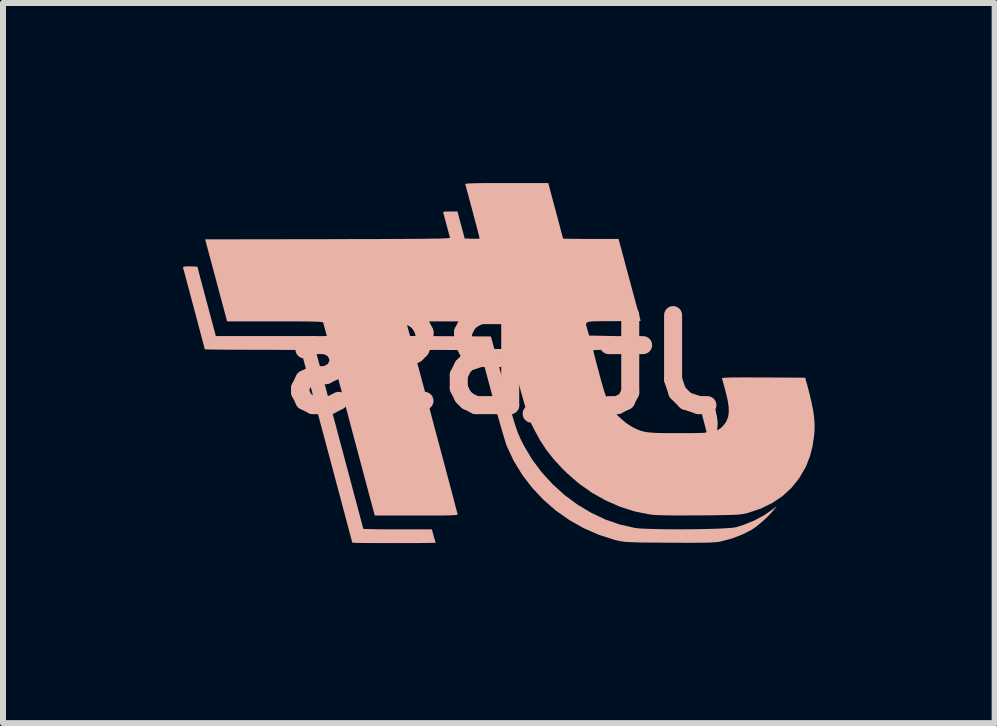
<source format=kicad_pcb>
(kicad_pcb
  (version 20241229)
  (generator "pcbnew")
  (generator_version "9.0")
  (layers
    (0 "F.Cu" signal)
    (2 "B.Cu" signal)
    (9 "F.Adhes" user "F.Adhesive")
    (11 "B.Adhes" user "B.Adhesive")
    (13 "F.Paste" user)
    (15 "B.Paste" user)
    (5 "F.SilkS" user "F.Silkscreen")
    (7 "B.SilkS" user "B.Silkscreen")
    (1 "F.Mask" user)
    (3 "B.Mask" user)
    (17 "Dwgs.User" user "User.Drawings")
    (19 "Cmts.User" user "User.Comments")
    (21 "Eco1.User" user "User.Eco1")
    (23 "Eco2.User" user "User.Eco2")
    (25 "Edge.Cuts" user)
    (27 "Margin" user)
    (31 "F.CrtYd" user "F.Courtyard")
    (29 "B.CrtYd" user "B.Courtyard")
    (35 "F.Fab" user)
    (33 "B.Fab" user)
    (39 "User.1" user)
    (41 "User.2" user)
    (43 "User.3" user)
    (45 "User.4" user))
  (footprint "Jt_BSs"
    (layer "F.Cu")
    (at 5.638 3.022)
    (property "Reference" "Jt_BSs" (at -0.33 0 0) (layer "B.SilkS") (effects (font (size 1.5 1.5) (thickness 0.3)) (justify mirror)))
    (attr board_only exclude_from_pos_files exclude_from_bom)
    (fp_poly (pts (xy -5.582 -1.633) (xy -5.618 -1.63) (xy -5.635 -1.623) (xy -5.638 -1.612) (xy -5.637 -1.607) (xy -5.629 -1.577) (xy -5.614 -1.524) (xy -5.594 -1.451) (xy -5.57 -1.36) (xy -5.542 -1.256) (xy -5.512 -1.142) (xy -5.48 -1.022) (xy -5.447 -0.9) (xy -5.415 -0.778) (xy -5.384 -0.661) (xy -5.355 -0.551) (xy -5.329 -0.454) (xy -5.307 -0.372) (xy -5.29 -0.308) (xy -5.28 -0.267) (xy -5.276 -0.252) (xy -5.261 -0.251) (xy -5.219 -0.249) (xy -5.151 -0.248) (xy -5.062 -0.247) (xy -4.953 -0.246) (xy -4.828 -0.245) (xy -4.689 -0.245) (xy -4.54 -0.244) (xy -4.475 -0.244) (xy -4.321 -0.244) (xy -4.178 -0.244) (xy -4.047 -0.243) (xy -3.931 -0.242) (xy -3.833 -0.242) (xy -3.756 -0.241) (xy -3.703 -0.239) (xy -3.676 -0.238) (xy -3.673 -0.238) (xy -3.669 -0.222) (xy -3.658 -0.18) (xy -3.64 -0.111) (xy -3.615 -0.019) (xy -3.585 0.096) (xy -3.549 0.23) (xy -3.509 0.382) (xy -3.464 0.55) (xy -3.415 0.733) (xy -3.363 0.928) (xy -3.308 1.133) (xy -3.251 1.347) (xy -3.246 1.366) (xy -3.188 1.581) (xy -3.133 1.787) (xy -3.081 1.983) (xy -3.032 2.166) (xy -2.987 2.336) (xy -2.946 2.49) (xy -2.91 2.626) (xy -2.879 2.742) (xy -2.854 2.836) (xy -2.835 2.907) (xy -2.823 2.952) (xy -2.818 2.97) (xy -2.818 2.97) (xy -2.804 2.971) (xy -2.761 2.973) (xy -2.695 2.974) (xy -2.607 2.975) (xy -2.5 2.976) (xy -2.378 2.976) (xy -2.244 2.976) (xy -2.124 2.977) (xy -1.982 2.976) (xy -1.849 2.976) (xy -1.729 2.976) (xy -1.626 2.975) (xy -1.541 2.974) (xy -1.478 2.973) (xy -1.44 2.972) (xy -1.429 2.971) (xy -1.434 2.954) (xy -1.444 2.922) (xy -1.444 2.922) (xy -1.457 2.878) (xy -1.472 2.824) (xy -1.475 2.812) (xy -1.492 2.748) (xy -2.063 2.748) (xy -2.192 2.747) (xy -2.311 2.747) (xy -2.416 2.746) (xy -2.504 2.744) (xy -2.572 2.743) (xy -2.617 2.741) (xy -2.635 2.739) (xy -2.635 2.739) (xy -2.639 2.724) (xy -2.65 2.681) (xy -2.668 2.614) (xy -2.692 2.524) (xy -2.721 2.415) (xy -2.755 2.287) (xy -2.793 2.144) (xy -2.835 1.988) (xy -2.879 1.821) (xy -2.926 1.646) (xy -2.974 1.464) (xy -3.024 1.279) (xy -3.073 1.093) (xy -3.123 0.908) (xy -3.172 0.726) (xy -3.219 0.549) (xy -3.264 0.381) (xy -3.306 0.223) (xy -3.345 0.077) (xy -3.38 -0.053) (xy -3.411 -0.166) (xy -3.436 -0.259) (xy -3.455 -0.33) (xy -3.468 -0.377) (xy -3.47 -0.385) (xy -3.494 -0.473) (xy -4.293 -0.473) (xy -5.092 -0.473) (xy -5.107 -0.53) (xy -5.114 -0.558) (xy -5.129 -0.612) (xy -5.149 -0.688) (xy -5.174 -0.781) (xy -5.203 -0.888) (xy -5.234 -1.006) (xy -5.26 -1.103) (xy -5.292 -1.223) (xy -5.322 -1.334) (xy -5.348 -1.432) (xy -5.369 -1.513) (xy -5.385 -1.575) (xy -5.395 -1.614) (xy -5.398 -1.626) (xy -5.412 -1.629) (xy -5.45 -1.632) (xy -5.503 -1.633) (xy -5.521 -1.633)) (stroke (width 0) (type solid)) (fill yes) (layer "B.SilkS"))
    (fp_poly (pts (xy -0.418 -3.022) (xy -0.559 -3.022) (xy -0.674 -3.021) (xy -0.765 -3.019) (xy -0.834 -3.017) (xy -0.883 -3.015) (xy -0.916 -3.012) (xy -0.933 -3.008) (xy -0.937 -3.003) (xy -0.937 -3.003) (xy -0.931 -2.983) (xy -0.918 -2.939) (xy -0.901 -2.874) (xy -0.879 -2.794) (xy -0.855 -2.702) (xy -0.828 -2.604) (xy -0.802 -2.504) (xy -0.776 -2.405) (xy -0.751 -2.314) (xy -0.73 -2.233) (xy -0.713 -2.168) (xy -0.702 -2.122) (xy -0.697 -2.101) (xy -0.697 -2.1) (xy -0.711 -2.096) (xy -0.748 -2.094) (xy -0.802 -2.094) (xy -0.821 -2.094) (xy -0.946 -2.099) (xy -0.972 -2.198) (xy -0.99 -2.263) (xy -1.011 -2.342) (xy -1.031 -2.418) (xy -1.033 -2.423) (xy -1.066 -2.549) (xy -1.188 -2.549) (xy -1.248 -2.548) (xy -1.284 -2.546) (xy -1.3 -2.539) (xy -1.303 -2.528) (xy -1.301 -2.522) (xy -1.295 -2.498) (xy -1.282 -2.45) (xy -1.265 -2.387) (xy -1.246 -2.315) (xy -1.245 -2.313) (xy -1.226 -2.241) (xy -1.209 -2.179) (xy -1.196 -2.134) (xy -1.19 -2.111) (xy -1.189 -2.111) (xy -1.193 -2.108) (xy -1.207 -2.105) (xy -1.234 -2.103) (xy -1.273 -2.101) (xy -1.327 -2.099) (xy -1.398 -2.097) (xy -1.485 -2.096) (xy -1.591 -2.094) (xy -1.717 -2.093) (xy -1.865 -2.092) (xy -2.035 -2.091) (xy -2.229 -2.09) (xy -2.449 -2.089) (xy -2.695 -2.089) (xy -2.969 -2.088) (xy -3.226 -2.087) (xy -5.27 -2.084) (xy -5.087 -1.401) (xy -4.904 -0.717) (xy -4.107 -0.717) (xy -3.923 -0.717) (xy -3.767 -0.717) (xy -3.638 -0.716) (xy -3.533 -0.715) (xy -3.451 -0.713) (xy -3.389 -0.711) (xy -3.345 -0.708) (xy -3.318 -0.704) (xy -3.305 -0.7) (xy -3.303 -0.698) (xy -3.299 -0.681) (xy -3.287 -0.637) (xy -3.268 -0.566) (xy -3.242 -0.472) (xy -3.211 -0.357) (xy -3.175 -0.221) (xy -3.134 -0.068) (xy -3.089 0.102) (xy -3.04 0.286) (xy -2.987 0.482) (xy -2.932 0.688) (xy -2.875 0.902) (xy -2.871 0.919) (xy -2.444 2.518) (xy -1.754 2.518) (xy -1.579 2.518) (xy -1.434 2.518) (xy -1.315 2.517) (xy -1.222 2.515) (xy -1.152 2.513) (xy -1.103 2.51) (xy -1.074 2.506) (xy -1.063 2.502) (xy -1.063 2.501) (xy -1.067 2.484) (xy -1.078 2.441) (xy -1.096 2.373) (xy -1.119 2.283) (xy -1.148 2.174) (xy -1.181 2.048) (xy -1.219 1.908) (xy -1.259 1.756) (xy -1.302 1.594) (xy -1.347 1.426) (xy -1.393 1.254) (xy -1.44 1.08) (xy -1.486 0.906) (xy -1.531 0.737) (xy -1.575 0.573) (xy -1.617 0.417) (xy -1.656 0.273) (xy -1.691 0.142) (xy -1.722 0.026) (xy -1.749 -0.07) (xy -1.769 -0.146) (xy -1.784 -0.198) (xy -1.791 -0.223) (xy -1.792 -0.225) (xy -1.788 -0.231) (xy -1.771 -0.235) (xy -1.739 -0.238) (xy -1.688 -0.24) (xy -1.616 -0.241) (xy -1.522 -0.242) (xy -1.402 -0.242) (xy -1.254 -0.241) (xy -1.244 -0.241) (xy -0.689 -0.237) (xy -0.49 0.504) (xy -0.45 0.654) (xy -0.41 0.798) (xy -0.372 0.934) (xy -0.337 1.058) (xy -0.305 1.166) (xy -0.278 1.256) (xy -0.257 1.323) (xy -0.243 1.364) (xy -0.242 1.366) (xy -0.126 1.611) (xy 0.015 1.842) (xy 0.181 2.058) (xy 0.368 2.256) (xy 0.574 2.435) (xy 0.798 2.593) (xy 1.037 2.728) (xy 1.288 2.838) (xy 1.55 2.922) (xy 1.623 2.94) (xy 1.654 2.946) (xy 1.689 2.951) (xy 1.731 2.956) (xy 1.784 2.959) (xy 1.849 2.962) (xy 1.93 2.965) (xy 2.03 2.967) (xy 2.152 2.968) (xy 2.299 2.969) (xy 2.463 2.971) (xy 2.646 2.971) (xy 2.802 2.972) (xy 2.931 2.971) (xy 3.038 2.97) (xy 3.124 2.968) (xy 3.192 2.965) (xy 3.245 2.961) (xy 3.285 2.957) (xy 3.297 2.955) (xy 3.497 2.904) (xy 3.69 2.83) (xy 3.833 2.756) (xy 3.896 2.714) (xy 3.971 2.654) (xy 4.049 2.586) (xy 4.123 2.515) (xy 4.185 2.448) (xy 4.206 2.422) (xy 4.256 2.358) (xy 4.188 2.413) (xy 4.045 2.512) (xy 3.881 2.6) (xy 3.703 2.672) (xy 3.574 2.712) (xy 3.53 2.72) (xy 3.46 2.726) (xy 3.366 2.732) (xy 3.255 2.737) (xy 3.128 2.741) (xy 2.99 2.744) (xy 2.845 2.746) (xy 2.697 2.747) (xy 2.55 2.747) (xy 2.407 2.746) (xy 2.272 2.744) (xy 2.15 2.741) (xy 2.045 2.737) (xy 1.959 2.732) (xy 1.898 2.725) (xy 1.891 2.724) (xy 1.642 2.668) (xy 1.397 2.583) (xy 1.161 2.471) (xy 0.934 2.335) (xy 0.72 2.177) (xy 0.522 1.998) (xy 0.341 1.801) (xy 0.181 1.588) (xy 0.045 1.36) (xy 0.021 1.313) (xy -0.003 1.264) (xy -0.025 1.219) (xy -0.045 1.173) (xy -0.064 1.126) (xy -0.083 1.073) (xy -0.104 1.011) (xy -0.126 0.939) (xy -0.151 0.852) (xy -0.181 0.749) (xy -0.215 0.625) (xy -0.254 0.479) (xy -0.301 0.306) (xy -0.314 0.256) (xy -0.508 -0.466) (xy -1.181 -0.47) (xy -1.855 -0.474) (xy -1.878 -0.553) (xy -1.893 -0.608) (xy -1.906 -0.656) (xy -1.911 -0.675) (xy -1.921 -0.717) (xy -1.127 -0.717) (xy -0.972 -0.717) (xy -0.828 -0.716) (xy -0.696 -0.715) (xy -0.58 -0.714) (xy -0.482 -0.712) (xy -0.405 -0.71) (xy -0.352 -0.707) (xy -0.326 -0.705) (xy -0.324 -0.704) (xy -0.318 -0.687) (xy -0.306 -0.643) (xy -0.287 -0.576) (xy -0.263 -0.488) (xy -0.234 -0.382) (xy -0.201 -0.261) (xy -0.165 -0.128) (xy -0.127 0.014) (xy -0.124 0.025) (xy -0.075 0.207) (xy -0.033 0.362) (xy 0.003 0.493) (xy 0.034 0.604) (xy 0.061 0.697) (xy 0.086 0.776) (xy 0.108 0.843) (xy 0.129 0.901) (xy 0.151 0.953) (xy 0.172 1.003) (xy 0.196 1.052) (xy 0.214 1.088) (xy 0.31 1.264) (xy 0.416 1.425) (xy 0.537 1.579) (xy 0.68 1.734) (xy 0.756 1.809) (xy 0.957 1.984) (xy 1.174 2.137) (xy 1.403 2.266) (xy 1.642 2.371) (xy 1.885 2.449) (xy 2.131 2.498) (xy 2.173 2.504) (xy 2.238 2.509) (xy 2.332 2.513) (xy 2.458 2.515) (xy 2.613 2.517) (xy 2.798 2.516) (xy 2.982 2.515) (xy 3.143 2.514) (xy 3.276 2.512) (xy 3.385 2.51) (xy 3.474 2.508) (xy 3.544 2.506) (xy 3.601 2.503) (xy 3.646 2.499) (xy 3.683 2.494) (xy 3.716 2.488) (xy 3.747 2.481) (xy 3.775 2.474) (xy 3.988 2.402) (xy 4.18 2.308) (xy 4.35 2.194) (xy 4.499 2.057) (xy 4.625 1.9) (xy 4.729 1.723) (xy 4.746 1.688) (xy 4.807 1.532) (xy 4.85 1.366) (xy 4.876 1.189) (xy 4.884 1.09) (xy 4.884 0.991) (xy 4.877 0.887) (xy 4.862 0.774) (xy 4.837 0.648) (xy 4.804 0.504) (xy 4.76 0.337) (xy 4.74 0.267) (xy 4.728 0.221) (xy 4.031 0.217) (xy 3.861 0.217) (xy 3.72 0.216) (xy 3.605 0.217) (xy 3.514 0.217) (xy 3.445 0.219) (xy 3.395 0.221) (xy 3.362 0.224) (xy 3.345 0.228) (xy 3.341 0.232) (xy 3.341 0.233) (xy 3.347 0.254) (xy 3.36 0.298) (xy 3.377 0.361) (xy 3.397 0.435) (xy 3.403 0.458) (xy 3.435 0.591) (xy 3.452 0.702) (xy 3.455 0.794) (xy 3.444 0.872) (xy 3.418 0.94) (xy 3.402 0.968) (xy 3.367 1.015) (xy 3.328 1.055) (xy 3.309 1.07) (xy 3.261 1.099) (xy 3.268 1.025) (xy 3.269 0.956) (xy 3.258 0.87) (xy 3.234 0.764) (xy 3.225 0.729) (xy 3.21 0.672) (xy 3.087 0.672) (xy 3.026 0.672) (xy 2.991 0.675) (xy 2.974 0.682) (xy 2.971 0.693) (xy 2.972 0.698) (xy 2.979 0.723) (xy 2.992 0.77) (xy 3.008 0.834) (xy 3.027 0.906) (xy 3.028 0.908) (xy 3.047 0.981) (xy 3.064 1.045) (xy 3.076 1.093) (xy 3.083 1.118) (xy 3.083 1.118) (xy 3.084 1.126) (xy 3.079 1.131) (xy 3.065 1.136) (xy 3.039 1.139) (xy 2.998 1.142) (xy 2.939 1.143) (xy 2.859 1.144) (xy 2.755 1.145) (xy 2.623 1.145) (xy 2.612 1.145) (xy 2.463 1.145) (xy 2.341 1.143) (xy 2.241 1.141) (xy 2.16 1.136) (xy 2.093 1.129) (xy 2.037 1.119) (xy 1.987 1.105) (xy 1.94 1.087) (xy 1.891 1.065) (xy 1.846 1.042) (xy 1.744 0.976) (xy 1.638 0.885) (xy 1.622 0.87) (xy 1.571 0.817) (xy 1.527 0.765) (xy 1.49 0.709) (xy 1.456 0.647) (xy 1.424 0.574) (xy 1.392 0.486) (xy 1.359 0.379) (xy 1.322 0.249) (xy 1.296 0.151) (xy 1.269 0.049) (xy 1.244 -0.044) (xy 1.224 -0.122) (xy 1.208 -0.183) (xy 1.199 -0.222) (xy 1.196 -0.234) (xy 1.21 -0.238) (xy 1.25 -0.241) (xy 1.309 -0.243) (xy 1.381 -0.244) (xy 1.404 -0.244) (xy 1.612 -0.244) (xy 1.603 -0.279) (xy 1.594 -0.313) (xy 1.582 -0.363) (xy 1.576 -0.393) (xy 1.558 -0.472) (xy 1.343 -0.477) (xy 1.128 -0.481) (xy 1.102 -0.572) (xy 1.09 -0.613) (xy 1.08 -0.646) (xy 1.077 -0.671) (xy 1.082 -0.689) (xy 1.098 -0.702) (xy 1.129 -0.711) (xy 1.178 -0.716) (xy 1.246 -0.719) (xy 1.338 -0.72) (xy 1.456 -0.72) (xy 1.53 -0.721) (xy 1.986 -0.725) (xy 1.906 -1.023) (xy 1.878 -1.127) (xy 1.844 -1.251) (xy 1.808 -1.387) (xy 1.77 -1.525) (xy 1.735 -1.656) (xy 1.722 -1.706) (xy 1.618 -2.091) (xy 1.155 -2.091) (xy 1.04 -2.091) (xy 0.935 -2.092) (xy 0.844 -2.093) (xy 0.772 -2.094) (xy 0.721 -2.095) (xy 0.695 -2.097) (xy 0.692 -2.098) (xy 0.689 -2.113) (xy 0.678 -2.155) (xy 0.661 -2.218) (xy 0.64 -2.299) (xy 0.615 -2.394) (xy 0.587 -2.5) (xy 0.585 -2.506) (xy 0.556 -2.615) (xy 0.528 -2.717) (xy 0.504 -2.808) (xy 0.484 -2.883) (xy 0.47 -2.937) (xy 0.462 -2.965) (xy 0.447 -3.022) (xy -0.249 -3.022)) (stroke (width 0) (type solid)) (fill yes) (layer "B.SilkS")))
  (gr_rect
    (start -3 -3)
    (end 13.522 8.999)
    (stroke (width 0.1) (type default))
    (fill no)
    (layer "Edge.Cuts")))
</source>
